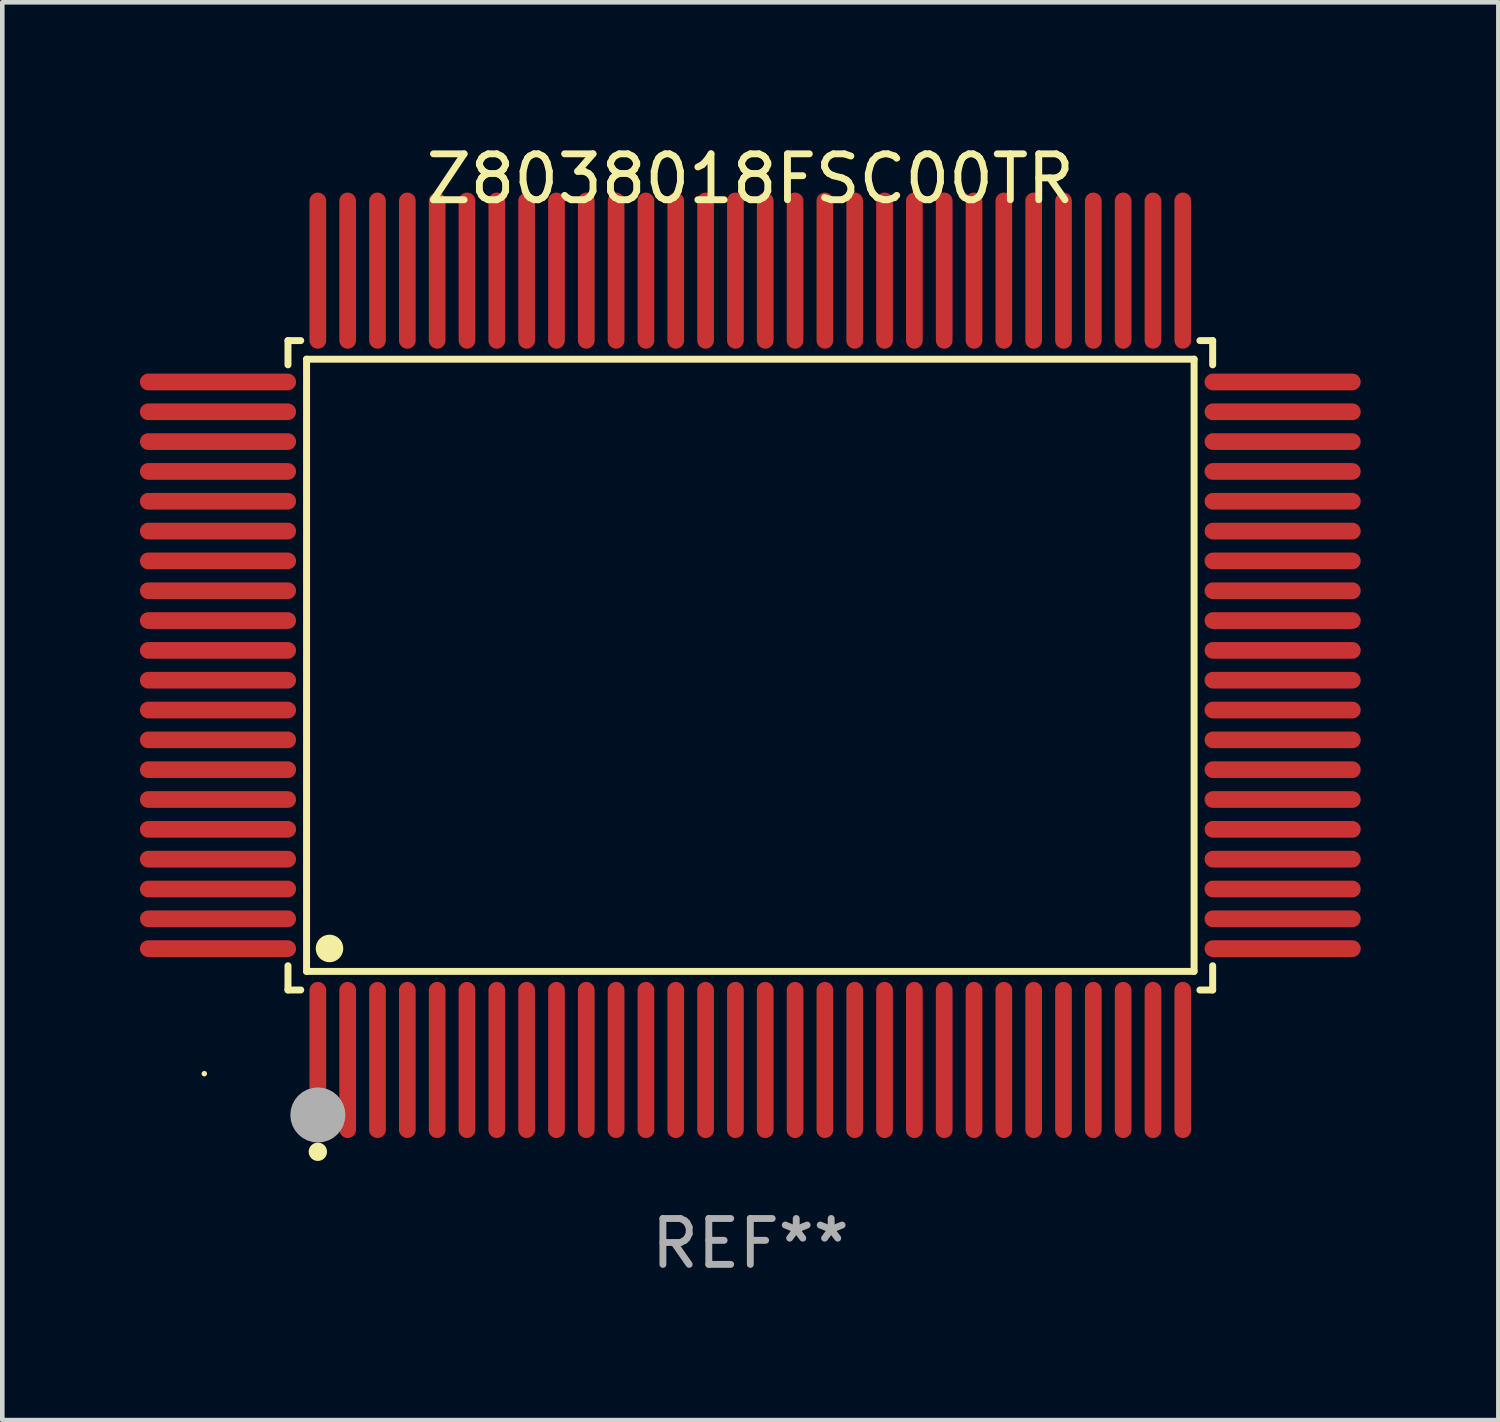
<source format=kicad_pcb>
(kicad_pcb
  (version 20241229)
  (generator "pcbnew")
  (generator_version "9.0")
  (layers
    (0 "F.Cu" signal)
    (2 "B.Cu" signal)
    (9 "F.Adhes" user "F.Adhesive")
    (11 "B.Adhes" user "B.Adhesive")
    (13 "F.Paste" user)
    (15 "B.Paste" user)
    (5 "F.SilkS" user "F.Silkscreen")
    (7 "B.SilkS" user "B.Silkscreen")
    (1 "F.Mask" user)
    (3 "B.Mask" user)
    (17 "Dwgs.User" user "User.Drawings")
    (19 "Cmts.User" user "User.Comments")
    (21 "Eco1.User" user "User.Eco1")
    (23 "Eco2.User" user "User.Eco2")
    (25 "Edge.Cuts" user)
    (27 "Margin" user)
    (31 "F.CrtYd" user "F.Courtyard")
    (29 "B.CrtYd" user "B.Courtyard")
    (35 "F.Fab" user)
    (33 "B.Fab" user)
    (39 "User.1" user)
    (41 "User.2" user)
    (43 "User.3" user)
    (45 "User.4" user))
  (footprint "Z8038018FSC00TR"
    (layer "F.Cu")
    (at 13.302 11.449)
    (property "Reference" "Z8038018FSC00TR" (at 0 -10.601 0) (layer "F.SilkS") (effects (font (size 1 1) (thickness 0.15))))
    (attr through_hole)
    (fp_line (start -10.076 -7.076) (end -9.798 -7.076) (stroke (width 0.152) (type solid)) (layer "F.SilkS"))
    (fp_line (start -10.076 -6.548) (end -10.076 -7.076) (stroke (width 0.152) (type solid)) (layer "F.SilkS"))
    (fp_line (start -10.076 6.548) (end -10.076 7.076) (stroke (width 0.152) (type solid)) (layer "F.SilkS"))
    (fp_line (start -10.076 7.076) (end -9.798 7.076) (stroke (width 0.152) (type solid)) (layer "F.SilkS"))
    (fp_line (start -9.671 -6.671) (end 9.671 -6.671) (stroke (width 0.152) (type solid)) (layer "F.SilkS"))
    (fp_line (start -9.671 6.671) (end -9.671 -6.671) (stroke (width 0.152) (type solid)) (layer "F.SilkS"))
    (fp_line (start 9.671 -6.671) (end 9.671 6.671) (stroke (width 0.152) (type solid)) (layer "F.SilkS"))
    (fp_line (start 9.671 6.671) (end -9.671 6.671) (stroke (width 0.152) (type solid)) (layer "F.SilkS"))
    (fp_line (start 10.076 -7.076) (end 9.798 -7.076) (stroke (width 0.152) (type solid)) (layer "F.SilkS"))
    (fp_line (start 10.076 -6.548) (end 10.076 -7.076) (stroke (width 0.152) (type solid)) (layer "F.SilkS"))
    (fp_line (start 10.076 6.548) (end 10.076 7.076) (stroke (width 0.152) (type solid)) (layer "F.SilkS"))
    (fp_line (start 10.076 7.076) (end 9.798 7.076) (stroke (width 0.152) (type solid)) (layer "F.SilkS"))
    (fp_circle (center -11.9 8.9) (end -11.87 8.9) (stroke (width 0.06) (type solid)) (fill no) (layer "F.SilkS"))
    (fp_circle (center -9.425 10.602) (end -9.325 10.602) (stroke (width 0.2) (type solid)) (fill no) (layer "F.SilkS"))
    (fp_circle (center -9.171 6.171) (end -9.021 6.171) (stroke (width 0.3) (type solid)) (fill no) (layer "F.SilkS"))
    (fp_circle (center -9.425 9.8) (end -9.125 9.8) (stroke (width 0.6) (type solid)) (fill no) (layer "F.Fab"))
    (fp_text user "REF**" (at 0 12.601 0) (layer "F.Fab") (effects (font (size 1 1) (thickness 0.15))))
    (pad "1" smd oval (at -9.425 8.601) (size 0.364 3.402) (layers "F.Cu" "F.Mask" "F.Paste"))
    (pad "2" smd oval (at -8.775 8.601) (size 0.364 3.402) (layers "F.Cu" "F.Mask" "F.Paste"))
    (pad "3" smd oval (at -8.125 8.601) (size 0.364 3.402) (layers "F.Cu" "F.Mask" "F.Paste"))
    (pad "4" smd oval (at -7.475 8.601) (size 0.364 3.402) (layers "F.Cu" "F.Mask" "F.Paste"))
    (pad "5" smd oval (at -6.825 8.601) (size 0.364 3.402) (layers "F.Cu" "F.Mask" "F.Paste"))
    (pad "6" smd oval (at -6.175 8.601) (size 0.364 3.402) (layers "F.Cu" "F.Mask" "F.Paste"))
    (pad "7" smd oval (at -5.525 8.601) (size 0.364 3.402) (layers "F.Cu" "F.Mask" "F.Paste"))
    (pad "8" smd oval (at -4.875 8.601) (size 0.364 3.402) (layers "F.Cu" "F.Mask" "F.Paste"))
    (pad "9" smd oval (at -4.225 8.601) (size 0.364 3.402) (layers "F.Cu" "F.Mask" "F.Paste"))
    (pad "10" smd oval (at -3.575 8.601) (size 0.364 3.402) (layers "F.Cu" "F.Mask" "F.Paste"))
    (pad "11" smd oval (at -2.925 8.601) (size 0.364 3.402) (layers "F.Cu" "F.Mask" "F.Paste"))
    (pad "12" smd oval (at -2.275 8.601) (size 0.364 3.402) (layers "F.Cu" "F.Mask" "F.Paste"))
    (pad "13" smd oval (at -1.625 8.601) (size 0.364 3.402) (layers "F.Cu" "F.Mask" "F.Paste"))
    (pad "14" smd oval (at -0.975 8.601) (size 0.364 3.402) (layers "F.Cu" "F.Mask" "F.Paste"))
    (pad "15" smd oval (at -0.325 8.601) (size 0.364 3.402) (layers "F.Cu" "F.Mask" "F.Paste"))
    (pad "16" smd oval (at 0.325 8.601) (size 0.364 3.402) (layers "F.Cu" "F.Mask" "F.Paste"))
    (pad "17" smd oval (at 0.975 8.601) (size 0.364 3.402) (layers "F.Cu" "F.Mask" "F.Paste"))
    (pad "18" smd oval (at 1.625 8.601) (size 0.364 3.402) (layers "F.Cu" "F.Mask" "F.Paste"))
    (pad "19" smd oval (at 2.275 8.601) (size 0.364 3.402) (layers "F.Cu" "F.Mask" "F.Paste"))
    (pad "20" smd oval (at 2.925 8.601) (size 0.364 3.402) (layers "F.Cu" "F.Mask" "F.Paste"))
    (pad "21" smd oval (at 3.575 8.601) (size 0.364 3.402) (layers "F.Cu" "F.Mask" "F.Paste"))
    (pad "22" smd oval (at 4.225 8.601) (size 0.364 3.402) (layers "F.Cu" "F.Mask" "F.Paste"))
    (pad "23" smd oval (at 4.875 8.601) (size 0.364 3.402) (layers "F.Cu" "F.Mask" "F.Paste"))
    (pad "24" smd oval (at 5.525 8.601) (size 0.364 3.402) (layers "F.Cu" "F.Mask" "F.Paste"))
    (pad "25" smd oval (at 6.175 8.601) (size 0.364 3.402) (layers "F.Cu" "F.Mask" "F.Paste"))
    (pad "26" smd oval (at 6.825 8.601) (size 0.364 3.402) (layers "F.Cu" "F.Mask" "F.Paste"))
    (pad "27" smd oval (at 7.475 8.601) (size 0.364 3.402) (layers "F.Cu" "F.Mask" "F.Paste"))
    (pad "28" smd oval (at 8.125 8.601) (size 0.364 3.402) (layers "F.Cu" "F.Mask" "F.Paste"))
    (pad "29" smd oval (at 8.775 8.601) (size 0.364 3.402) (layers "F.Cu" "F.Mask" "F.Paste"))
    (pad "30" smd oval (at 9.425 8.601) (size 0.364 3.402) (layers "F.Cu" "F.Mask" "F.Paste"))
    (pad "31" smd oval (at 11.601 6.175) (size 3.402 0.364) (layers "F.Cu" "F.Mask" "F.Paste"))
    (pad "32" smd oval (at 11.601 5.525) (size 3.402 0.364) (layers "F.Cu" "F.Mask" "F.Paste"))
    (pad "33" smd oval (at 11.601 4.875) (size 3.402 0.364) (layers "F.Cu" "F.Mask" "F.Paste"))
    (pad "34" smd oval (at 11.601 4.225) (size 3.402 0.364) (layers "F.Cu" "F.Mask" "F.Paste"))
    (pad "35" smd oval (at 11.601 3.575) (size 3.402 0.364) (layers "F.Cu" "F.Mask" "F.Paste"))
    (pad "36" smd oval (at 11.601 2.925) (size 3.402 0.364) (layers "F.Cu" "F.Mask" "F.Paste"))
    (pad "37" smd oval (at 11.601 2.275) (size 3.402 0.364) (layers "F.Cu" "F.Mask" "F.Paste"))
    (pad "38" smd oval (at 11.601 1.625) (size 3.402 0.364) (layers "F.Cu" "F.Mask" "F.Paste"))
    (pad "39" smd oval (at 11.601 0.975) (size 3.402 0.364) (layers "F.Cu" "F.Mask" "F.Paste"))
    (pad "40" smd oval (at 11.601 0.325) (size 3.402 0.364) (layers "F.Cu" "F.Mask" "F.Paste"))
    (pad "41" smd oval (at 11.601 -0.325) (size 3.402 0.364) (layers "F.Cu" "F.Mask" "F.Paste"))
    (pad "42" smd oval (at 11.601 -0.975) (size 3.402 0.364) (layers "F.Cu" "F.Mask" "F.Paste"))
    (pad "43" smd oval (at 11.601 -1.625) (size 3.402 0.364) (layers "F.Cu" "F.Mask" "F.Paste"))
    (pad "44" smd oval (at 11.601 -2.275) (size 3.402 0.364) (layers "F.Cu" "F.Mask" "F.Paste"))
    (pad "45" smd oval (at 11.601 -2.925) (size 3.402 0.364) (layers "F.Cu" "F.Mask" "F.Paste"))
    (pad "46" smd oval (at 11.601 -3.575) (size 3.402 0.364) (layers "F.Cu" "F.Mask" "F.Paste"))
    (pad "47" smd oval (at 11.601 -4.225) (size 3.402 0.364) (layers "F.Cu" "F.Mask" "F.Paste"))
    (pad "48" smd oval (at 11.601 -4.875) (size 3.402 0.364) (layers "F.Cu" "F.Mask" "F.Paste"))
    (pad "49" smd oval (at 11.601 -5.525) (size 3.402 0.364) (layers "F.Cu" "F.Mask" "F.Paste"))
    (pad "50" smd oval (at 11.601 -6.175) (size 3.402 0.364) (layers "F.Cu" "F.Mask" "F.Paste"))
    (pad "51" smd oval (at 9.425 -8.601) (size 0.364 3.402) (layers "F.Cu" "F.Mask" "F.Paste"))
    (pad "52" smd oval (at 8.775 -8.601) (size 0.364 3.402) (layers "F.Cu" "F.Mask" "F.Paste"))
    (pad "53" smd oval (at 8.125 -8.601) (size 0.364 3.402) (layers "F.Cu" "F.Mask" "F.Paste"))
    (pad "54" smd oval (at 7.475 -8.601) (size 0.364 3.402) (layers "F.Cu" "F.Mask" "F.Paste"))
    (pad "55" smd oval (at 6.825 -8.601) (size 0.364 3.402) (layers "F.Cu" "F.Mask" "F.Paste"))
    (pad "56" smd oval (at 6.175 -8.601) (size 0.364 3.402) (layers "F.Cu" "F.Mask" "F.Paste"))
    (pad "57" smd oval (at 5.525 -8.601) (size 0.364 3.402) (layers "F.Cu" "F.Mask" "F.Paste"))
    (pad "58" smd oval (at 4.875 -8.601) (size 0.364 3.402) (layers "F.Cu" "F.Mask" "F.Paste"))
    (pad "59" smd oval (at 4.225 -8.601) (size 0.364 3.402) (layers "F.Cu" "F.Mask" "F.Paste"))
    (pad "60" smd oval (at 3.575 -8.601) (size 0.364 3.402) (layers "F.Cu" "F.Mask" "F.Paste"))
    (pad "61" smd oval (at 2.925 -8.601) (size 0.364 3.402) (layers "F.Cu" "F.Mask" "F.Paste"))
    (pad "62" smd oval (at 2.275 -8.601) (size 0.364 3.402) (layers "F.Cu" "F.Mask" "F.Paste"))
    (pad "63" smd oval (at 1.625 -8.601) (size 0.364 3.402) (layers "F.Cu" "F.Mask" "F.Paste"))
    (pad "64" smd oval (at 0.975 -8.601) (size 0.364 3.402) (layers "F.Cu" "F.Mask" "F.Paste"))
    (pad "65" smd oval (at 0.325 -8.601) (size 0.364 3.402) (layers "F.Cu" "F.Mask" "F.Paste"))
    (pad "66" smd oval (at -0.325 -8.601) (size 0.364 3.402) (layers "F.Cu" "F.Mask" "F.Paste"))
    (pad "67" smd oval (at -0.975 -8.601) (size 0.364 3.402) (layers "F.Cu" "F.Mask" "F.Paste"))
    (pad "68" smd oval (at -1.625 -8.601) (size 0.364 3.402) (layers "F.Cu" "F.Mask" "F.Paste"))
    (pad "69" smd oval (at -2.275 -8.601) (size 0.364 3.402) (layers "F.Cu" "F.Mask" "F.Paste"))
    (pad "70" smd oval (at -2.925 -8.601) (size 0.364 3.402) (layers "F.Cu" "F.Mask" "F.Paste"))
    (pad "71" smd oval (at -3.575 -8.601) (size 0.364 3.402) (layers "F.Cu" "F.Mask" "F.Paste"))
    (pad "72" smd oval (at -4.225 -8.601) (size 0.364 3.402) (layers "F.Cu" "F.Mask" "F.Paste"))
    (pad "73" smd oval (at -4.875 -8.601) (size 0.364 3.402) (layers "F.Cu" "F.Mask" "F.Paste"))
    (pad "74" smd oval (at -5.525 -8.601) (size 0.364 3.402) (layers "F.Cu" "F.Mask" "F.Paste"))
    (pad "75" smd oval (at -6.175 -8.601) (size 0.364 3.402) (layers "F.Cu" "F.Mask" "F.Paste"))
    (pad "76" smd oval (at -6.825 -8.601) (size 0.364 3.402) (layers "F.Cu" "F.Mask" "F.Paste"))
    (pad "77" smd oval (at -7.475 -8.601) (size 0.364 3.402) (layers "F.Cu" "F.Mask" "F.Paste"))
    (pad "78" smd oval (at -8.125 -8.601) (size 0.364 3.402) (layers "F.Cu" "F.Mask" "F.Paste"))
    (pad "79" smd oval (at -8.775 -8.601) (size 0.364 3.402) (layers "F.Cu" "F.Mask" "F.Paste"))
    (pad "80" smd oval (at -9.425 -8.601) (size 0.364 3.402) (layers "F.Cu" "F.Mask" "F.Paste"))
    (pad "81" smd oval (at -11.601 -6.175) (size 3.402 0.364) (layers "F.Cu" "F.Mask" "F.Paste"))
    (pad "82" smd oval (at -11.601 -5.525) (size 3.402 0.364) (layers "F.Cu" "F.Mask" "F.Paste"))
    (pad "83" smd oval (at -11.601 -4.875) (size 3.402 0.364) (layers "F.Cu" "F.Mask" "F.Paste"))
    (pad "84" smd oval (at -11.601 -4.225) (size 3.402 0.364) (layers "F.Cu" "F.Mask" "F.Paste"))
    (pad "85" smd oval (at -11.601 -3.575) (size 3.402 0.364) (layers "F.Cu" "F.Mask" "F.Paste"))
    (pad "86" smd oval (at -11.601 -2.925) (size 3.402 0.364) (layers "F.Cu" "F.Mask" "F.Paste"))
    (pad "87" smd oval (at -11.601 -2.275) (size 3.402 0.364) (layers "F.Cu" "F.Mask" "F.Paste"))
    (pad "88" smd oval (at -11.601 -1.625) (size 3.402 0.364) (layers "F.Cu" "F.Mask" "F.Paste"))
    (pad "89" smd oval (at -11.601 -0.975) (size 3.402 0.364) (layers "F.Cu" "F.Mask" "F.Paste"))
    (pad "90" smd oval (at -11.601 -0.325) (size 3.402 0.364) (layers "F.Cu" "F.Mask" "F.Paste"))
    (pad "91" smd oval (at -11.601 0.325) (size 3.402 0.364) (layers "F.Cu" "F.Mask" "F.Paste"))
    (pad "92" smd oval (at -11.601 0.975) (size 3.402 0.364) (layers "F.Cu" "F.Mask" "F.Paste"))
    (pad "93" smd oval (at -11.601 1.625) (size 3.402 0.364) (layers "F.Cu" "F.Mask" "F.Paste"))
    (pad "94" smd oval (at -11.601 2.275) (size 3.402 0.364) (layers "F.Cu" "F.Mask" "F.Paste"))
    (pad "95" smd oval (at -11.601 2.925) (size 3.402 0.364) (layers "F.Cu" "F.Mask" "F.Paste"))
    (pad "96" smd oval (at -11.601 3.575) (size 3.402 0.364) (layers "F.Cu" "F.Mask" "F.Paste"))
    (pad "97" smd oval (at -11.601 4.225) (size 3.402 0.364) (layers "F.Cu" "F.Mask" "F.Paste"))
    (pad "98" smd oval (at -11.601 4.875) (size 3.402 0.364) (layers "F.Cu" "F.Mask" "F.Paste"))
    (pad "99" smd oval (at -11.601 5.525) (size 3.402 0.364) (layers "F.Cu" "F.Mask" "F.Paste"))
    (pad "100" smd oval (at -11.601 6.175) (size 3.402 0.364) (layers "F.Cu" "F.Mask" "F.Paste")))
  (gr_rect
    (start -3 -3)
    (end 29.604 27.898)
    (stroke (width 0.1) (type default))
    (fill no)
    (layer "Edge.Cuts")))
</source>
